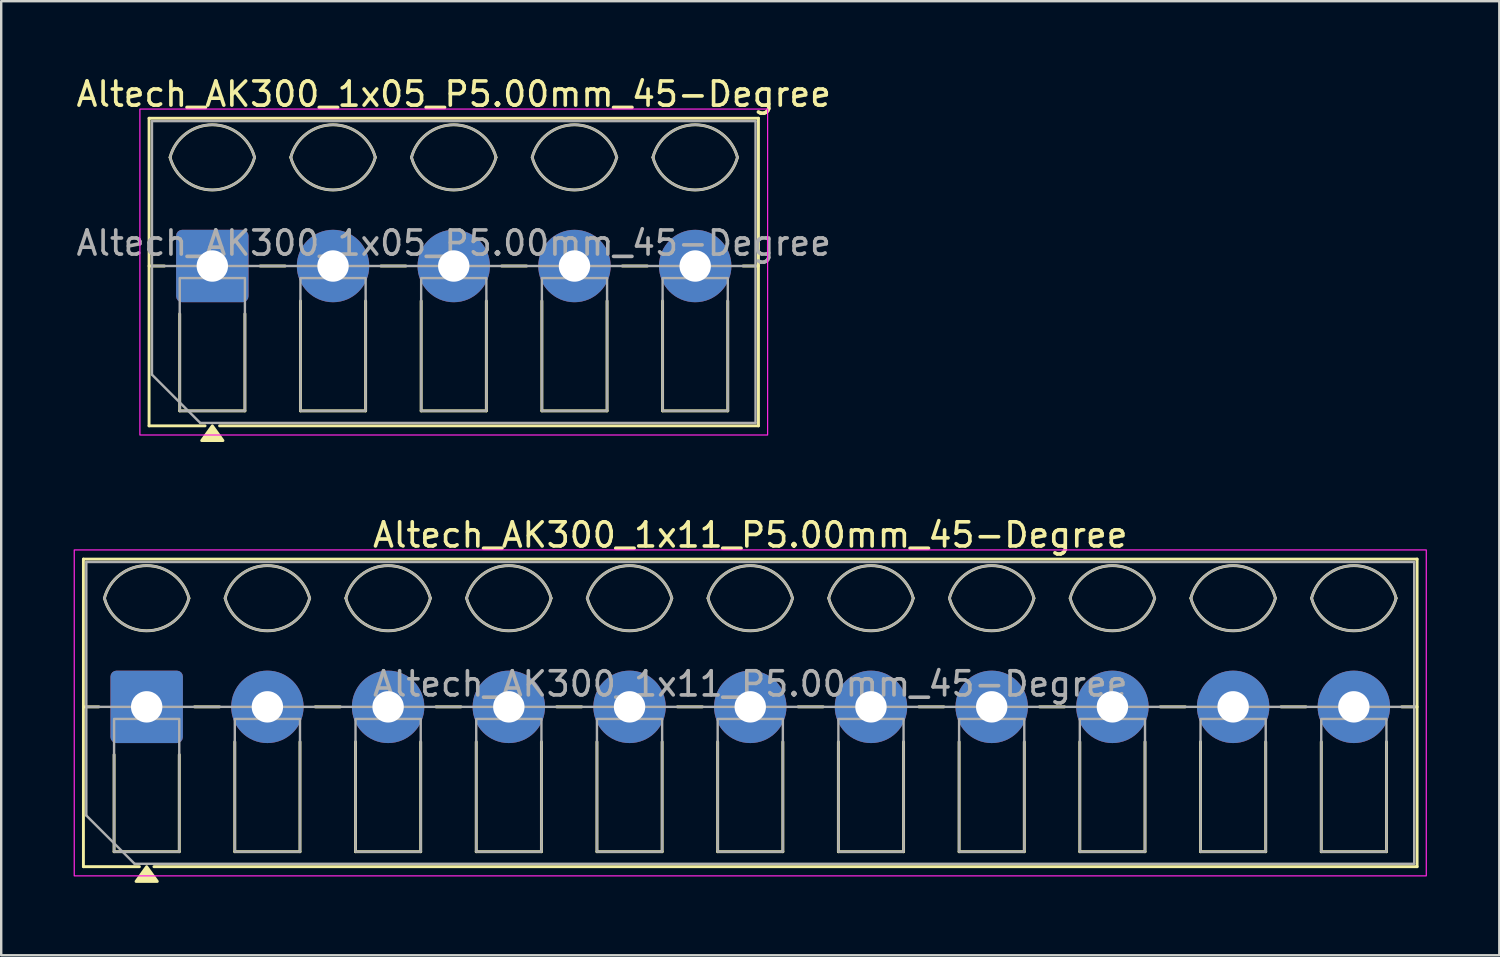
<source format=kicad_pcb>
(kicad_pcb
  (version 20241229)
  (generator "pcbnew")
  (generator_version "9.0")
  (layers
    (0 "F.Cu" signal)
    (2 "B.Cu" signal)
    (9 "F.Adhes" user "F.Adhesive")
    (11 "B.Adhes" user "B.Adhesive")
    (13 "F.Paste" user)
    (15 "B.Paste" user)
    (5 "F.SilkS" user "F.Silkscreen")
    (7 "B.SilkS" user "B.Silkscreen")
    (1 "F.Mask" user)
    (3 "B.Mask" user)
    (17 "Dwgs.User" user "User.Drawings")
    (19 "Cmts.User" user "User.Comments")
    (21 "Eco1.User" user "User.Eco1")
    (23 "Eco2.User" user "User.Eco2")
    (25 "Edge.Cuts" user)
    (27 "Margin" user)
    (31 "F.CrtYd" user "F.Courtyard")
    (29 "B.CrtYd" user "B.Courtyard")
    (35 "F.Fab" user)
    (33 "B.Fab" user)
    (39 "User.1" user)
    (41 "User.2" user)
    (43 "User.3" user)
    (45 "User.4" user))
  (footprint "Altech_AK300_1x11_P5.00mm_45-Degree"
    (layer "F.Cu")
    (at 3.025 26.227)
    (property "Reference" "Altech_AK300_1x11_P5.00mm_45-Degree" (at 25 -7.12 0) (layer "F.SilkS") (effects (font (size 1 1) (thickness 0.15))))
    (attr through_hole)
    (fp_line (start -2.62 -6.12) (end 52.62 -6.12) (stroke (width 0.12) (type solid)) (layer "F.SilkS"))
    (fp_line (start -2.62 0) (end -1.98 0) (stroke (width 0.12) (type solid)) (layer "F.SilkS"))
    (fp_line (start -2.62 6.62) (end -2.62 -6.12) (stroke (width 0.12) (type solid)) (layer "F.SilkS"))
    (fp_line (start -1.35 6) (end -1.35 1.98) (stroke (width 0.12) (type solid)) (layer "F.SilkS"))
    (fp_line (start -0.3 6.62) (end -2.62 6.62) (stroke (width 0.12) (type solid)) (layer "F.SilkS"))
    (fp_line (start 1.35 1.98) (end 1.35 6) (stroke (width 0.12) (type solid)) (layer "F.SilkS"))
    (fp_line (start 1.35 6) (end -1.35 6) (stroke (width 0.12) (type solid)) (layer "F.SilkS"))
    (fp_line (start 1.98 0) (end 3.02 0) (stroke (width 0.12) (type solid)) (layer "F.SilkS"))
    (fp_line (start 3.65 6) (end 3.65 1.448) (stroke (width 0.12) (type solid)) (layer "F.SilkS"))
    (fp_line (start 6.35 1.448) (end 6.35 6) (stroke (width 0.12) (type solid)) (layer "F.SilkS"))
    (fp_line (start 6.35 6) (end 3.65 6) (stroke (width 0.12) (type solid)) (layer "F.SilkS"))
    (fp_line (start 6.98 0) (end 8.02 0) (stroke (width 0.12) (type solid)) (layer "F.SilkS"))
    (fp_line (start 8.65 6) (end 8.65 1.448) (stroke (width 0.12) (type solid)) (layer "F.SilkS"))
    (fp_line (start 11.35 1.448) (end 11.35 6) (stroke (width 0.12) (type solid)) (layer "F.SilkS"))
    (fp_line (start 11.35 6) (end 8.65 6) (stroke (width 0.12) (type solid)) (layer "F.SilkS"))
    (fp_line (start 11.98 0) (end 13.02 0) (stroke (width 0.12) (type solid)) (layer "F.SilkS"))
    (fp_line (start 13.65 6) (end 13.65 1.448) (stroke (width 0.12) (type solid)) (layer "F.SilkS"))
    (fp_line (start 16.35 1.448) (end 16.35 6) (stroke (width 0.12) (type solid)) (layer "F.SilkS"))
    (fp_line (start 16.35 6) (end 13.65 6) (stroke (width 0.12) (type solid)) (layer "F.SilkS"))
    (fp_line (start 16.98 0) (end 18.02 0) (stroke (width 0.12) (type solid)) (layer "F.SilkS"))
    (fp_line (start 18.65 6) (end 18.65 1.448) (stroke (width 0.12) (type solid)) (layer "F.SilkS"))
    (fp_line (start 21.35 1.448) (end 21.35 6) (stroke (width 0.12) (type solid)) (layer "F.SilkS"))
    (fp_line (start 21.35 6) (end 18.65 6) (stroke (width 0.12) (type solid)) (layer "F.SilkS"))
    (fp_line (start 21.98 0) (end 23.02 0) (stroke (width 0.12) (type solid)) (layer "F.SilkS"))
    (fp_line (start 23.65 6) (end 23.65 1.448) (stroke (width 0.12) (type solid)) (layer "F.SilkS"))
    (fp_line (start 26.35 1.448) (end 26.35 6) (stroke (width 0.12) (type solid)) (layer "F.SilkS"))
    (fp_line (start 26.35 6) (end 23.65 6) (stroke (width 0.12) (type solid)) (layer "F.SilkS"))
    (fp_line (start 26.98 0) (end 28.02 0) (stroke (width 0.12) (type solid)) (layer "F.SilkS"))
    (fp_line (start 28.65 6) (end 28.65 1.448) (stroke (width 0.12) (type solid)) (layer "F.SilkS"))
    (fp_line (start 31.35 1.448) (end 31.35 6) (stroke (width 0.12) (type solid)) (layer "F.SilkS"))
    (fp_line (start 31.35 6) (end 28.65 6) (stroke (width 0.12) (type solid)) (layer "F.SilkS"))
    (fp_line (start 31.98 0) (end 33.02 0) (stroke (width 0.12) (type solid)) (layer "F.SilkS"))
    (fp_line (start 33.65 6) (end 33.65 1.448) (stroke (width 0.12) (type solid)) (layer "F.SilkS"))
    (fp_line (start 36.35 1.448) (end 36.35 6) (stroke (width 0.12) (type solid)) (layer "F.SilkS"))
    (fp_line (start 36.35 6) (end 33.65 6) (stroke (width 0.12) (type solid)) (layer "F.SilkS"))
    (fp_line (start 36.98 0) (end 38.02 0) (stroke (width 0.12) (type solid)) (layer "F.SilkS"))
    (fp_line (start 38.65 6) (end 38.65 1.448) (stroke (width 0.12) (type solid)) (layer "F.SilkS"))
    (fp_line (start 41.35 1.448) (end 41.35 6) (stroke (width 0.12) (type solid)) (layer "F.SilkS"))
    (fp_line (start 41.35 6) (end 38.65 6) (stroke (width 0.12) (type solid)) (layer "F.SilkS"))
    (fp_line (start 41.98 0) (end 43.02 0) (stroke (width 0.12) (type solid)) (layer "F.SilkS"))
    (fp_line (start 43.65 6) (end 43.65 1.448) (stroke (width 0.12) (type solid)) (layer "F.SilkS"))
    (fp_line (start 46.35 1.448) (end 46.35 6) (stroke (width 0.12) (type solid)) (layer "F.SilkS"))
    (fp_line (start 46.35 6) (end 43.65 6) (stroke (width 0.12) (type solid)) (layer "F.SilkS"))
    (fp_line (start 46.98 0) (end 48.02 0) (stroke (width 0.12) (type solid)) (layer "F.SilkS"))
    (fp_line (start 48.65 6) (end 48.65 1.448) (stroke (width 0.12) (type solid)) (layer "F.SilkS"))
    (fp_line (start 51.35 1.448) (end 51.35 6) (stroke (width 0.12) (type solid)) (layer "F.SilkS"))
    (fp_line (start 51.35 6) (end 48.65 6) (stroke (width 0.12) (type solid)) (layer "F.SilkS"))
    (fp_line (start 51.98 0) (end 52.62 0) (stroke (width 0.12) (type solid)) (layer "F.SilkS"))
    (fp_line (start 52.62 -6.12) (end 52.62 6.62) (stroke (width 0.12) (type solid)) (layer "F.SilkS"))
    (fp_line (start 52.62 6.62) (end 0.3 6.62) (stroke (width 0.12) (type solid)) (layer "F.SilkS"))
    (fp_arc (start -1.75 -4.5) (mid 0 -5.85) (end 1.75 -4.5) (stroke (width 0.12) (type solid)) (layer "F.SilkS"))
    (fp_arc (start 1.75 -4.5) (mid 0 -3.15) (end -1.75 -4.5) (stroke (width 0.12) (type solid)) (layer "F.SilkS"))
    (fp_arc (start 3.25 -4.5) (mid 5 -5.85) (end 6.75 -4.5) (stroke (width 0.12) (type solid)) (layer "F.SilkS"))
    (fp_arc (start 6.75 -4.5) (mid 5 -3.15) (end 3.25 -4.5) (stroke (width 0.12) (type solid)) (layer "F.SilkS"))
    (fp_arc (start 8.25 -4.5) (mid 10 -5.85) (end 11.75 -4.5) (stroke (width 0.12) (type solid)) (layer "F.SilkS"))
    (fp_arc (start 11.75 -4.5) (mid 10 -3.15) (end 8.25 -4.5) (stroke (width 0.12) (type solid)) (layer "F.SilkS"))
    (fp_arc (start 13.25 -4.5) (mid 15 -5.85) (end 16.75 -4.5) (stroke (width 0.12) (type solid)) (layer "F.SilkS"))
    (fp_arc (start 16.75 -4.5) (mid 15 -3.15) (end 13.25 -4.5) (stroke (width 0.12) (type solid)) (layer "F.SilkS"))
    (fp_arc (start 18.25 -4.5) (mid 20 -5.85) (end 21.75 -4.5) (stroke (width 0.12) (type solid)) (layer "F.SilkS"))
    (fp_arc (start 21.75 -4.5) (mid 20 -3.15) (end 18.25 -4.5) (stroke (width 0.12) (type solid)) (layer "F.SilkS"))
    (fp_arc (start 23.25 -4.5) (mid 25 -5.85) (end 26.75 -4.5) (stroke (width 0.12) (type solid)) (layer "F.SilkS"))
    (fp_arc (start 26.75 -4.5) (mid 25 -3.15) (end 23.25 -4.5) (stroke (width 0.12) (type solid)) (layer "F.SilkS"))
    (fp_arc (start 28.25 -4.5) (mid 30 -5.85) (end 31.75 -4.5) (stroke (width 0.12) (type solid)) (layer "F.SilkS"))
    (fp_arc (start 31.75 -4.5) (mid 30 -3.15) (end 28.25 -4.5) (stroke (width 0.12) (type solid)) (layer "F.SilkS"))
    (fp_arc (start 33.25 -4.5) (mid 35 -5.85) (end 36.75 -4.5) (stroke (width 0.12) (type solid)) (layer "F.SilkS"))
    (fp_arc (start 36.75 -4.5) (mid 35 -3.15) (end 33.25 -4.5) (stroke (width 0.12) (type solid)) (layer "F.SilkS"))
    (fp_arc (start 38.25 -4.5) (mid 40 -5.85) (end 41.75 -4.5) (stroke (width 0.12) (type solid)) (layer "F.SilkS"))
    (fp_arc (start 41.75 -4.5) (mid 40 -3.15) (end 38.25 -4.5) (stroke (width 0.12) (type solid)) (layer "F.SilkS"))
    (fp_arc (start 43.25 -4.5) (mid 45 -5.85) (end 46.75 -4.5) (stroke (width 0.12) (type solid)) (layer "F.SilkS"))
    (fp_arc (start 46.75 -4.5) (mid 45 -3.15) (end 43.25 -4.5) (stroke (width 0.12) (type solid)) (layer "F.SilkS"))
    (fp_arc (start 48.25 -4.5) (mid 50 -5.85) (end 51.75 -4.5) (stroke (width 0.12) (type solid)) (layer "F.SilkS"))
    (fp_arc (start 51.75 -4.5) (mid 50 -3.15) (end 48.25 -4.5) (stroke (width 0.12) (type solid)) (layer "F.SilkS"))
    (fp_poly (pts (xy 0 6.62) (xy 0.44 7.23) (xy -0.44 7.23)) (stroke (width 0.12) (type solid)) (fill yes) (layer "F.SilkS"))
    (fp_rect (start -3 -6.5) (end 53 7) (stroke (width 0.05) (type solid)) (fill no) (layer "F.CrtYd"))
    (fp_line (start -2.5 -6) (end 52.5 -6) (stroke (width 0.1) (type solid)) (layer "F.Fab"))
    (fp_line (start -2.5 0) (end 52.5 0) (stroke (width 0.1) (type solid)) (layer "F.Fab"))
    (fp_line (start -2.5 4.5) (end -2.5 -6) (stroke (width 0.1) (type solid)) (layer "F.Fab"))
    (fp_line (start -0.5 6.5) (end -2.5 4.5) (stroke (width 0.1) (type solid)) (layer "F.Fab"))
    (fp_line (start 52.5 -6) (end 52.5 6.5) (stroke (width 0.1) (type solid)) (layer "F.Fab"))
    (fp_line (start 52.5 6.5) (end -0.5 6.5) (stroke (width 0.1) (type solid)) (layer "F.Fab"))
    (fp_rect (start -1.35 0.5) (end 1.35 6) (stroke (width 0.1) (type solid)) (fill no) (layer "F.Fab"))
    (fp_rect (start 3.65 0.5) (end 6.35 6) (stroke (width 0.1) (type solid)) (fill no) (layer "F.Fab"))
    (fp_rect (start 8.65 0.5) (end 11.351 6) (stroke (width 0.1) (type solid)) (fill no) (layer "F.Fab"))
    (fp_rect (start 13.65 0.5) (end 16.351 6) (stroke (width 0.1) (type solid)) (fill no) (layer "F.Fab"))
    (fp_rect (start 18.65 0.5) (end 21.35 6) (stroke (width 0.1) (type solid)) (fill no) (layer "F.Fab"))
    (fp_rect (start 23.65 0.5) (end 26.35 6) (stroke (width 0.1) (type solid)) (fill no) (layer "F.Fab"))
    (fp_rect (start 28.65 0.5) (end 31.35 6) (stroke (width 0.1) (type solid)) (fill no) (layer "F.Fab"))
    (fp_rect (start 33.65 0.5) (end 36.35 6) (stroke (width 0.1) (type solid)) (fill no) (layer "F.Fab"))
    (fp_rect (start 38.65 0.5) (end 41.35 6) (stroke (width 0.1) (type solid)) (fill no) (layer "F.Fab"))
    (fp_rect (start 43.65 0.5) (end 46.35 6) (stroke (width 0.1) (type solid)) (fill no) (layer "F.Fab"))
    (fp_rect (start 48.65 0.5) (end 51.35 6) (stroke (width 0.1) (type solid)) (fill no) (layer "F.Fab"))
    (fp_arc (start -1.75 -4.5) (mid 0 -5.85) (end 1.75 -4.5) (stroke (width 0.1) (type solid)) (layer "F.Fab"))
    (fp_arc (start 1.75 -4.5) (mid 0 -3.15) (end -1.75 -4.5) (stroke (width 0.1) (type solid)) (layer "F.Fab"))
    (fp_arc (start 3.25 -4.5) (mid 5 -5.85) (end 6.75 -4.5) (stroke (width 0.1) (type solid)) (layer "F.Fab"))
    (fp_arc (start 6.75 -4.5) (mid 5 -3.15) (end 3.25 -4.5) (stroke (width 0.1) (type solid)) (layer "F.Fab"))
    (fp_arc (start 8.25 -4.5) (mid 10 -5.85) (end 11.75 -4.5) (stroke (width 0.1) (type solid)) (layer "F.Fab"))
    (fp_arc (start 11.75 -4.5) (mid 10 -3.15) (end 8.25 -4.5) (stroke (width 0.1) (type solid)) (layer "F.Fab"))
    (fp_arc (start 13.25 -4.5) (mid 15 -5.85) (end 16.75 -4.5) (stroke (width 0.1) (type solid)) (layer "F.Fab"))
    (fp_arc (start 16.75 -4.5) (mid 15 -3.15) (end 13.25 -4.5) (stroke (width 0.1) (type solid)) (layer "F.Fab"))
    (fp_arc (start 18.25 -4.5) (mid 20 -5.85) (end 21.75 -4.5) (stroke (width 0.1) (type solid)) (layer "F.Fab"))
    (fp_arc (start 21.75 -4.5) (mid 20 -3.15) (end 18.25 -4.5) (stroke (width 0.1) (type solid)) (layer "F.Fab"))
    (fp_arc (start 23.25 -4.5) (mid 25 -5.85) (end 26.75 -4.5) (stroke (width 0.1) (type solid)) (layer "F.Fab"))
    (fp_arc (start 26.75 -4.5) (mid 25 -3.15) (end 23.25 -4.5) (stroke (width 0.1) (type solid)) (layer "F.Fab"))
    (fp_arc (start 28.25 -4.5) (mid 30 -5.85) (end 31.75 -4.5) (stroke (width 0.1) (type solid)) (layer "F.Fab"))
    (fp_arc (start 31.75 -4.5) (mid 30 -3.15) (end 28.25 -4.5) (stroke (width 0.1) (type solid)) (layer "F.Fab"))
    (fp_arc (start 33.25 -4.5) (mid 35 -5.85) (end 36.75 -4.5) (stroke (width 0.1) (type solid)) (layer "F.Fab"))
    (fp_arc (start 36.75 -4.5) (mid 35 -3.15) (end 33.25 -4.5) (stroke (width 0.1) (type solid)) (layer "F.Fab"))
    (fp_arc (start 38.25 -4.5) (mid 40 -5.85) (end 41.75 -4.5) (stroke (width 0.1) (type solid)) (layer "F.Fab"))
    (fp_arc (start 41.75 -4.5) (mid 40 -3.15) (end 38.25 -4.5) (stroke (width 0.1) (type solid)) (layer "F.Fab"))
    (fp_arc (start 43.25 -4.5) (mid 45 -5.85) (end 46.75 -4.5) (stroke (width 0.1) (type solid)) (layer "F.Fab"))
    (fp_arc (start 46.75 -4.5) (mid 45 -3.15) (end 43.25 -4.5) (stroke (width 0.1) (type solid)) (layer "F.Fab"))
    (fp_arc (start 48.25 -4.5) (mid 50 -5.85) (end 51.75 -4.5) (stroke (width 0.1) (type solid)) (layer "F.Fab"))
    (fp_arc (start 51.75 -4.5) (mid 50 -3.15) (end 48.25 -4.5) (stroke (width 0.1) (type solid)) (layer "F.Fab"))
    (fp_text user "${REFERENCE}" (at 25 -0.95 0) (layer "F.Fab") (effects (font (size 1 1) (thickness 0.15))))
    (pad "1" thru_hole roundrect (at 0 0) (size 3 3) (drill 1.3) (layers "*.Cu" "*.Mask") (roundrect_rratio 0.083))
    (pad "2" thru_hole circle (at 5 0) (size 3 3) (drill 1.3) (layers "*.Cu" "*.Mask"))
    (pad "3" thru_hole circle (at 10 0) (size 3 3) (drill 1.3) (layers "*.Cu" "*.Mask"))
    (pad "4" thru_hole circle (at 15 0) (size 3 3) (drill 1.3) (layers "*.Cu" "*.Mask"))
    (pad "5" thru_hole circle (at 20 0) (size 3 3) (drill 1.3) (layers "*.Cu" "*.Mask"))
    (pad "6" thru_hole circle (at 25 0) (size 3 3) (drill 1.3) (layers "*.Cu" "*.Mask"))
    (pad "7" thru_hole circle (at 30 0) (size 3 3) (drill 1.3) (layers "*.Cu" "*.Mask"))
    (pad "8" thru_hole circle (at 35 0) (size 3 3) (drill 1.3) (layers "*.Cu" "*.Mask"))
    (pad "9" thru_hole circle (at 40 0) (size 3 3) (drill 1.3) (layers "*.Cu" "*.Mask"))
    (pad "10" thru_hole circle (at 45 0) (size 3 3) (drill 1.3) (layers "*.Cu" "*.Mask"))
    (pad "11" thru_hole circle (at 50 0) (size 3 3) (drill 1.3) (layers "*.Cu" "*.Mask")))
  (footprint "Altech_AK300_1x05_P5.00mm_45-Degree"
    (layer "F.Cu")
    (at 5.744 7.968)
    (property "Reference" "Altech_AK300_1x05_P5.00mm_45-Degree" (at 10 -7.12 0) (layer "F.SilkS") (effects (font (size 1 1) (thickness 0.15))))
    (attr through_hole)
    (fp_line (start -2.62 -6.12) (end 22.62 -6.12) (stroke (width 0.12) (type solid)) (layer "F.SilkS"))
    (fp_line (start -2.62 0) (end -1.98 0) (stroke (width 0.12) (type solid)) (layer "F.SilkS"))
    (fp_line (start -2.62 6.62) (end -2.62 -6.12) (stroke (width 0.12) (type solid)) (layer "F.SilkS"))
    (fp_line (start -1.35 6) (end -1.35 1.98) (stroke (width 0.12) (type solid)) (layer "F.SilkS"))
    (fp_line (start -0.3 6.62) (end -2.62 6.62) (stroke (width 0.12) (type solid)) (layer "F.SilkS"))
    (fp_line (start 1.35 1.98) (end 1.35 6) (stroke (width 0.12) (type solid)) (layer "F.SilkS"))
    (fp_line (start 1.35 6) (end -1.35 6) (stroke (width 0.12) (type solid)) (layer "F.SilkS"))
    (fp_line (start 1.98 0) (end 3.02 0) (stroke (width 0.12) (type solid)) (layer "F.SilkS"))
    (fp_line (start 3.65 6) (end 3.65 1.448) (stroke (width 0.12) (type solid)) (layer "F.SilkS"))
    (fp_line (start 6.35 1.448) (end 6.35 6) (stroke (width 0.12) (type solid)) (layer "F.SilkS"))
    (fp_line (start 6.35 6) (end 3.65 6) (stroke (width 0.12) (type solid)) (layer "F.SilkS"))
    (fp_line (start 6.98 0) (end 8.02 0) (stroke (width 0.12) (type solid)) (layer "F.SilkS"))
    (fp_line (start 8.65 6) (end 8.65 1.448) (stroke (width 0.12) (type solid)) (layer "F.SilkS"))
    (fp_line (start 11.35 1.448) (end 11.35 6) (stroke (width 0.12) (type solid)) (layer "F.SilkS"))
    (fp_line (start 11.35 6) (end 8.65 6) (stroke (width 0.12) (type solid)) (layer "F.SilkS"))
    (fp_line (start 11.98 0) (end 13.02 0) (stroke (width 0.12) (type solid)) (layer "F.SilkS"))
    (fp_line (start 13.65 6) (end 13.65 1.448) (stroke (width 0.12) (type solid)) (layer "F.SilkS"))
    (fp_line (start 16.35 1.448) (end 16.35 6) (stroke (width 0.12) (type solid)) (layer "F.SilkS"))
    (fp_line (start 16.35 6) (end 13.65 6) (stroke (width 0.12) (type solid)) (layer "F.SilkS"))
    (fp_line (start 16.98 0) (end 18.02 0) (stroke (width 0.12) (type solid)) (layer "F.SilkS"))
    (fp_line (start 18.65 6) (end 18.65 1.448) (stroke (width 0.12) (type solid)) (layer "F.SilkS"))
    (fp_line (start 21.35 1.448) (end 21.35 6) (stroke (width 0.12) (type solid)) (layer "F.SilkS"))
    (fp_line (start 21.35 6) (end 18.65 6) (stroke (width 0.12) (type solid)) (layer "F.SilkS"))
    (fp_line (start 21.98 0) (end 22.62 0) (stroke (width 0.12) (type solid)) (layer "F.SilkS"))
    (fp_line (start 22.62 -6.12) (end 22.62 6.62) (stroke (width 0.12) (type solid)) (layer "F.SilkS"))
    (fp_line (start 22.62 6.62) (end 0.3 6.62) (stroke (width 0.12) (type solid)) (layer "F.SilkS"))
    (fp_arc (start -1.75 -4.5) (mid 0 -5.85) (end 1.75 -4.5) (stroke (width 0.12) (type solid)) (layer "F.SilkS"))
    (fp_arc (start 1.75 -4.5) (mid 0 -3.15) (end -1.75 -4.5) (stroke (width 0.12) (type solid)) (layer "F.SilkS"))
    (fp_arc (start 3.25 -4.5) (mid 5 -5.85) (end 6.75 -4.5) (stroke (width 0.12) (type solid)) (layer "F.SilkS"))
    (fp_arc (start 6.75 -4.5) (mid 5 -3.15) (end 3.25 -4.5) (stroke (width 0.12) (type solid)) (layer "F.SilkS"))
    (fp_arc (start 8.25 -4.5) (mid 10 -5.85) (end 11.75 -4.5) (stroke (width 0.12) (type solid)) (layer "F.SilkS"))
    (fp_arc (start 11.75 -4.5) (mid 10 -3.15) (end 8.25 -4.5) (stroke (width 0.12) (type solid)) (layer "F.SilkS"))
    (fp_arc (start 13.25 -4.5) (mid 15 -5.85) (end 16.75 -4.5) (stroke (width 0.12) (type solid)) (layer "F.SilkS"))
    (fp_arc (start 16.75 -4.5) (mid 15 -3.15) (end 13.25 -4.5) (stroke (width 0.12) (type solid)) (layer "F.SilkS"))
    (fp_arc (start 18.25 -4.5) (mid 20 -5.85) (end 21.75 -4.5) (stroke (width 0.12) (type solid)) (layer "F.SilkS"))
    (fp_arc (start 21.75 -4.5) (mid 20 -3.15) (end 18.25 -4.5) (stroke (width 0.12) (type solid)) (layer "F.SilkS"))
    (fp_poly (pts (xy 0 6.62) (xy 0.44 7.23) (xy -0.44 7.23)) (stroke (width 0.12) (type solid)) (fill yes) (layer "F.SilkS"))
    (fp_rect (start -3 -6.5) (end 23 7) (stroke (width 0.05) (type solid)) (fill no) (layer "F.CrtYd"))
    (fp_line (start -2.5 -6) (end 22.5 -6) (stroke (width 0.1) (type solid)) (layer "F.Fab"))
    (fp_line (start -2.5 0) (end 22.5 0) (stroke (width 0.1) (type solid)) (layer "F.Fab"))
    (fp_line (start -2.5 4.5) (end -2.5 -6) (stroke (width 0.1) (type solid)) (layer "F.Fab"))
    (fp_line (start -0.5 6.5) (end -2.5 4.5) (stroke (width 0.1) (type solid)) (layer "F.Fab"))
    (fp_line (start 22.5 -6) (end 22.5 6.5) (stroke (width 0.1) (type solid)) (layer "F.Fab"))
    (fp_line (start 22.5 6.5) (end -0.5 6.5) (stroke (width 0.1) (type solid)) (layer "F.Fab"))
    (fp_rect (start -1.35 0.5) (end 1.35 6) (stroke (width 0.1) (type solid)) (fill no) (layer "F.Fab"))
    (fp_rect (start 3.65 0.5) (end 6.35 6) (stroke (width 0.1) (type solid)) (fill no) (layer "F.Fab"))
    (fp_rect (start 8.65 0.5) (end 11.351 6) (stroke (width 0.1) (type solid)) (fill no) (layer "F.Fab"))
    (fp_rect (start 13.65 0.5) (end 16.351 6) (stroke (width 0.1) (type solid)) (fill no) (layer "F.Fab"))
    (fp_rect (start 18.65 0.5) (end 21.35 6) (stroke (width 0.1) (type solid)) (fill no) (layer "F.Fab"))
    (fp_arc (start -1.75 -4.5) (mid 0 -5.85) (end 1.75 -4.5) (stroke (width 0.1) (type solid)) (layer "F.Fab"))
    (fp_arc (start 1.75 -4.5) (mid 0 -3.15) (end -1.75 -4.5) (stroke (width 0.1) (type solid)) (layer "F.Fab"))
    (fp_arc (start 3.25 -4.5) (mid 5 -5.85) (end 6.75 -4.5) (stroke (width 0.1) (type solid)) (layer "F.Fab"))
    (fp_arc (start 6.75 -4.5) (mid 5 -3.15) (end 3.25 -4.5) (stroke (width 0.1) (type solid)) (layer "F.Fab"))
    (fp_arc (start 8.25 -4.5) (mid 10 -5.85) (end 11.75 -4.5) (stroke (width 0.1) (type solid)) (layer "F.Fab"))
    (fp_arc (start 11.75 -4.5) (mid 10 -3.15) (end 8.25 -4.5) (stroke (width 0.1) (type solid)) (layer "F.Fab"))
    (fp_arc (start 13.25 -4.5) (mid 15 -5.85) (end 16.75 -4.5) (stroke (width 0.1) (type solid)) (layer "F.Fab"))
    (fp_arc (start 16.75 -4.5) (mid 15 -3.15) (end 13.25 -4.5) (stroke (width 0.1) (type solid)) (layer "F.Fab"))
    (fp_arc (start 18.25 -4.5) (mid 20 -5.85) (end 21.75 -4.5) (stroke (width 0.1) (type solid)) (layer "F.Fab"))
    (fp_arc (start 21.75 -4.5) (mid 20 -3.15) (end 18.25 -4.5) (stroke (width 0.1) (type solid)) (layer "F.Fab"))
    (fp_text user "${REFERENCE}" (at 10 -0.95 0) (layer "F.Fab") (effects (font (size 1 1) (thickness 0.15))))
    (pad "1" thru_hole roundrect (at 0 0) (size 3 3) (drill 1.3) (layers "*.Cu" "*.Mask") (roundrect_rratio 0.083))
    (pad "2" thru_hole circle (at 5 0) (size 3 3) (drill 1.3) (layers "*.Cu" "*.Mask"))
    (pad "3" thru_hole circle (at 10 0) (size 3 3) (drill 1.3) (layers "*.Cu" "*.Mask"))
    (pad "4" thru_hole circle (at 15 0) (size 3 3) (drill 1.3) (layers "*.Cu" "*.Mask"))
    (pad "5" thru_hole circle (at 20 0) (size 3 3) (drill 1.3) (layers "*.Cu" "*.Mask")))
  (gr_rect
    (start -3 -3)
    (end 59.05 36.517)
    (stroke (width 0.1) (type default))
    (fill no)
    (layer "Edge.Cuts")))
</source>
